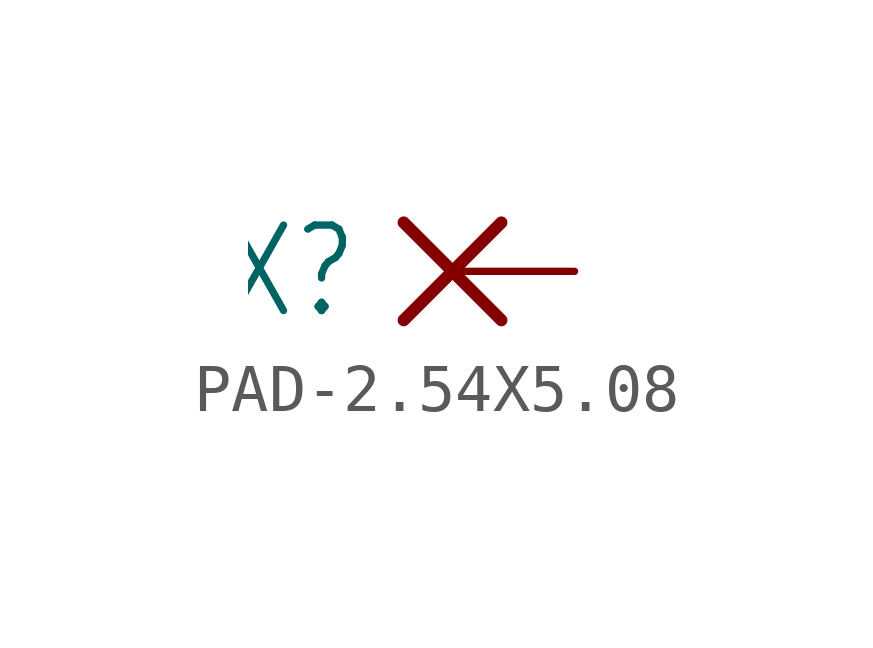
<source format=kicad_sym>
(kicad_symbol_lib
  (version 20211014)
  (generator kicad_symbol_editor)
  (symbol "PAD-2.54X5.08"
    (property "Reference" "X"
      (at -1.905 0 0)
      (effects (font (size 1.778 1.511)) (justify right)))
    (property "ki_locked" ""
      (at 0 0 0)
      (effects (font (size 1.27 1.27))))
    (symbol "PAD-2.54X5.08_1_0"
      (polyline (pts (xy -1.016 -1.016) (xy 1.016 1.016)) (stroke (width 0.254) (type default) (color 0 0 0 0)) (fill (type none)))
      (polyline (pts (xy -1.016 1.016) (xy 1.016 -1.016)) (stroke (width 0.254) (type default) (color 0 0 0 0)) (fill (type none)))
      (pin passive line (at 2.54 0 180) (length 2.54) (name "P" (effects (font (size 0 0)))) (number "1" (effects (font (size 0 0))))))))
</source>
